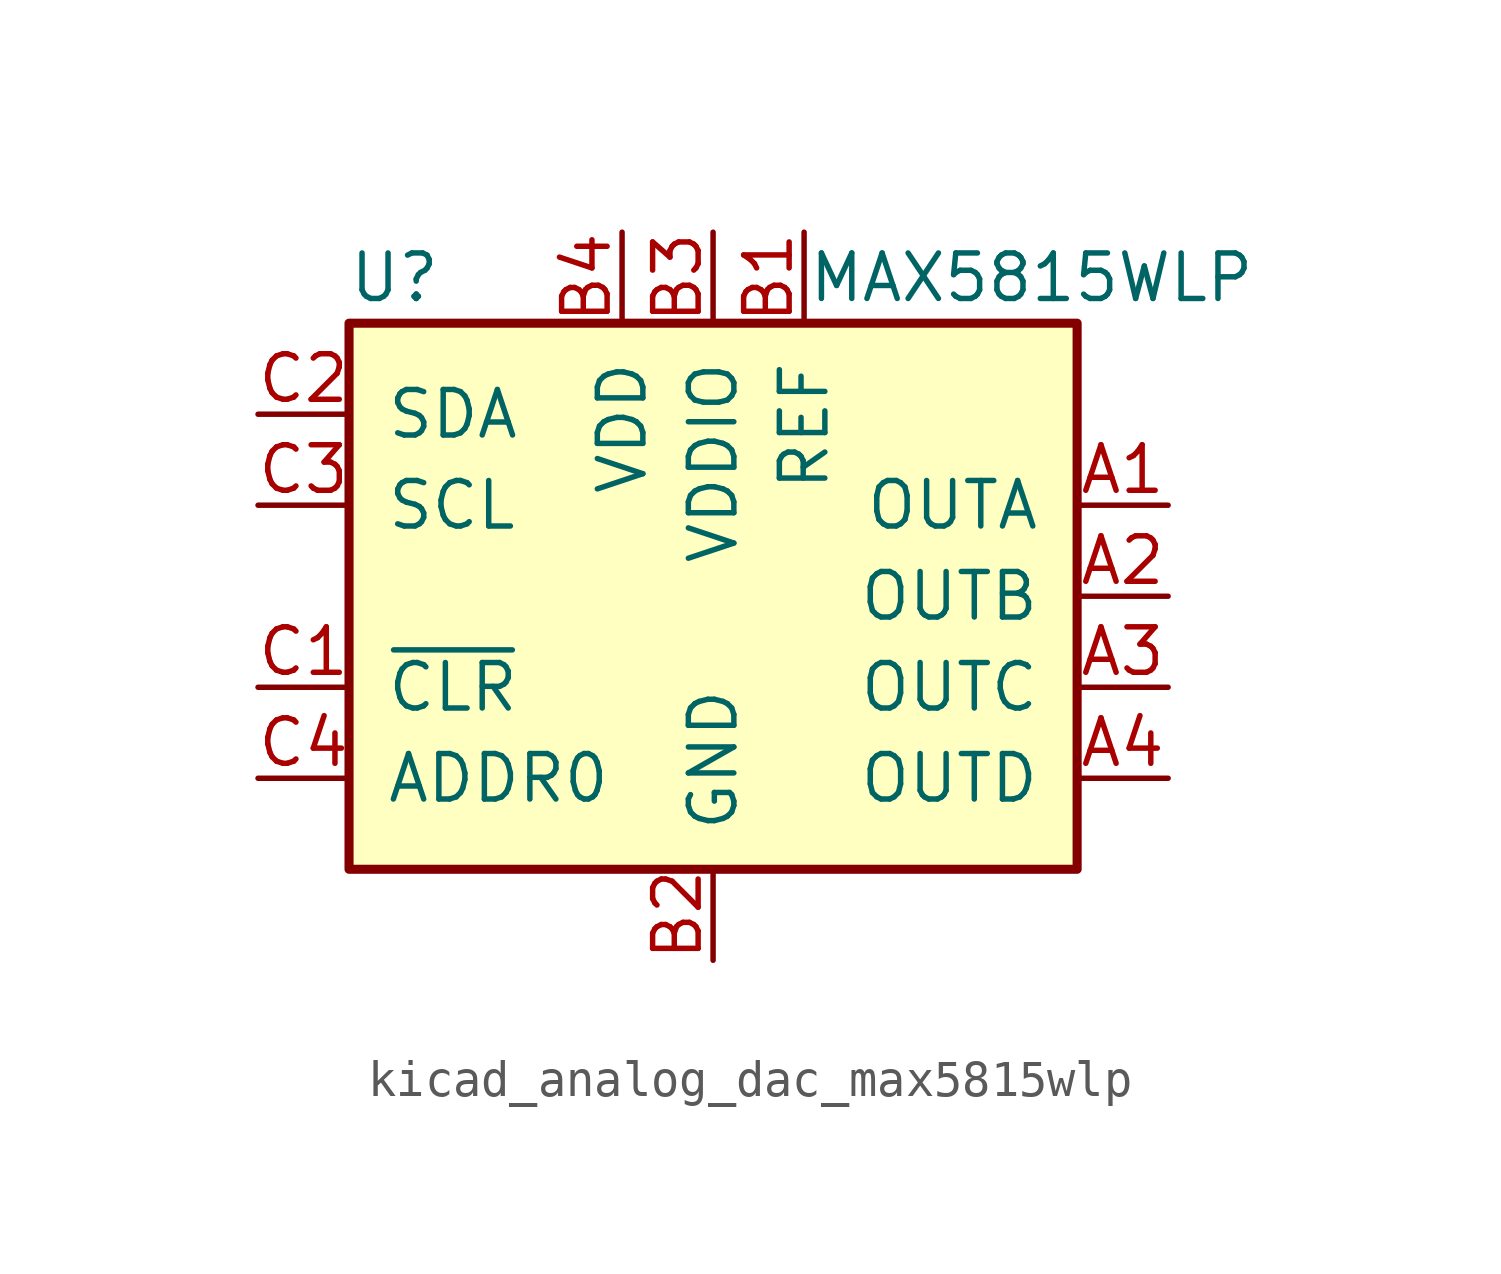
<source format=kicad_sym>
(kicad_symbol_lib
  (version 20220914)
  (generator kicad_symbol_editor)
  (symbol "kicad_analog_dac_max5815wlp"
    (pin_names
      (offset 1.016))
    (property "Reference" "U"
      (at -8.89 8.89 0)
      (effects (font (size 1.27 1.27))))
    (property "Value" "MAX5815WLP"
      (at 8.89 8.89 0)
      (effects (font (size 1.27 1.27))))
    (symbol "kicad_analog_dac_max5815wlp_0_1"
      (rectangle (start -10.16 7.62) (end 10.16 -7.62) (stroke (width 0.254) (type default)) (fill (type background))))
    (symbol "kicad_analog_dac_max5815wlp_1_1"
      (pin output line (at 12.7 2.54 180) (length 2.54) (name "OUTA" (effects (font (size 1.27 1.27)))) (number "A1" (effects (font (size 1.27 1.27)))))
      (pin output line (at 12.7 0 180) (length 2.54) (name "OUTB" (effects (font (size 1.27 1.27)))) (number "A2" (effects (font (size 1.27 1.27)))))
      (pin output line (at 12.7 -2.54 180) (length 2.54) (name "OUTC" (effects (font (size 1.27 1.27)))) (number "A3" (effects (font (size 1.27 1.27)))))
      (pin output line (at 12.7 -5.08 180) (length 2.54) (name "OUTD" (effects (font (size 1.27 1.27)))) (number "A4" (effects (font (size 1.27 1.27)))))
      (pin power_in line (at 2.54 10.16 270) (length 2.54) (name "REF" (effects (font (size 1.27 1.27)))) (number "B1" (effects (font (size 1.27 1.27)))))
      (pin power_in line (at 0 -10.16 90) (length 2.54) (name "GND" (effects (font (size 1.27 1.27)))) (number "B2" (effects (font (size 1.27 1.27)))))
      (pin power_in line (at 0 10.16 270) (length 2.54) (name "VDDIO" (effects (font (size 1.27 1.27)))) (number "B3" (effects (font (size 1.27 1.27)))))
      (pin power_in line (at -2.54 10.16 270) (length 2.54) (name "VDD" (effects (font (size 1.27 1.27)))) (number "B4" (effects (font (size 1.27 1.27)))))
      (pin input line (at -12.7 -2.54 0) (length 2.54) (name "~{CLR}" (effects (font (size 1.27 1.27)))) (number "C1" (effects (font (size 1.27 1.27)))))
      (pin bidirectional line (at -12.7 5.08 0) (length 2.54) (name "SDA" (effects (font (size 1.27 1.27)))) (number "C2" (effects (font (size 1.27 1.27)))))
      (pin input line (at -12.7 2.54 0) (length 2.54) (name "SCL" (effects (font (size 1.27 1.27)))) (number "C3" (effects (font (size 1.27 1.27)))))
      (pin input line (at -12.7 -5.08 0) (length 2.54) (name "ADDR0" (effects (font (size 1.27 1.27)))) (number "C4" (effects (font (size 1.27 1.27))))))))
</source>
